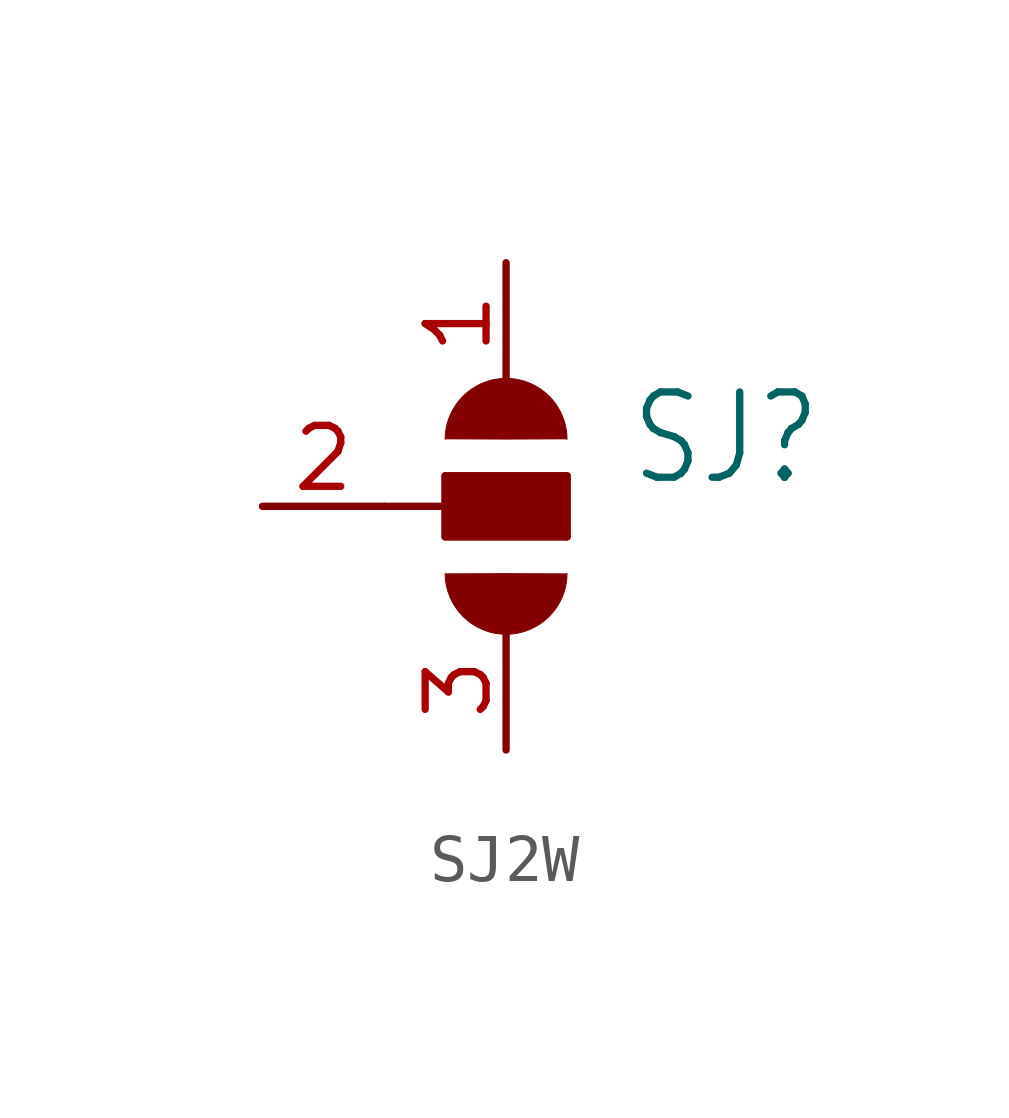
<source format=kicad_sym>
(kicad_symbol_lib
  (version 20231120)
  (generator "kicad_symbol_editor")
  (generator_version "8.0")
  (symbol "SJ2W"
    (property "Reference" "SJ"
      (at 2.54 0.381 0)
      (effects (font (size 1.778 1.511)) (justify left bottom)))
    (property "Value" ""
      (at 2.54 -1.905 0)
      (effects (font (size 1.778 1.511)) (justify left bottom)))
    (property "ki_locked" ""
      (at 0 0 0)
      (effects (font (size 1.27 1.27))))
    (symbol "SJ2W_1_0"
      (arc (start -1.27 -1.397) (mid 0 -2.6614) (end 1.27 -1.397) (stroke (width 0.0001) (type solid)) (fill (type outline)))
      (rectangle (start -1.27 -0.635) (end 1.27 0.635) (stroke (width 0) (type default)) (fill (type outline)))
      (polyline (pts (xy -2.54 0) (xy -1.27 0)) (stroke (width 0.152) (type solid)) (fill (type none)))
      (polyline (pts (xy -1.27 -0.635) (xy -1.27 0)) (stroke (width 0.152) (type solid)) (fill (type none)))
      (polyline (pts (xy -1.27 0) (xy -1.27 0.635)) (stroke (width 0.152) (type solid)) (fill (type none)))
      (polyline (pts (xy -1.27 0.635) (xy 1.27 0.635)) (stroke (width 0.152) (type solid)) (fill (type none)))
      (polyline (pts (xy 1.27 -0.635) (xy -1.27 -0.635)) (stroke (width 0.152) (type solid)) (fill (type none)))
      (polyline (pts (xy 1.27 0.635) (xy 1.27 -0.635)) (stroke (width 0.152) (type solid)) (fill (type none)))
      (arc (start 1.27 1.397) (mid 0 2.6614) (end -1.27 1.397) (stroke (width 0.0001) (type solid)) (fill (type outline)))
      (pin passive line (at 0 5.08 270) (length 2.54) (name "1" (effects (font (size 0 0)))) (number "1" (effects (font (size 1.27 1.27)))))
      (pin passive line (at -5.08 0 0) (length 2.54) (name "2" (effects (font (size 0 0)))) (number "2" (effects (font (size 1.27 1.27)))))
      (pin passive line (at 0 -5.08 90) (length 2.54) (name "3" (effects (font (size 0 0)))) (number "3" (effects (font (size 1.27 1.27))))))))
</source>
